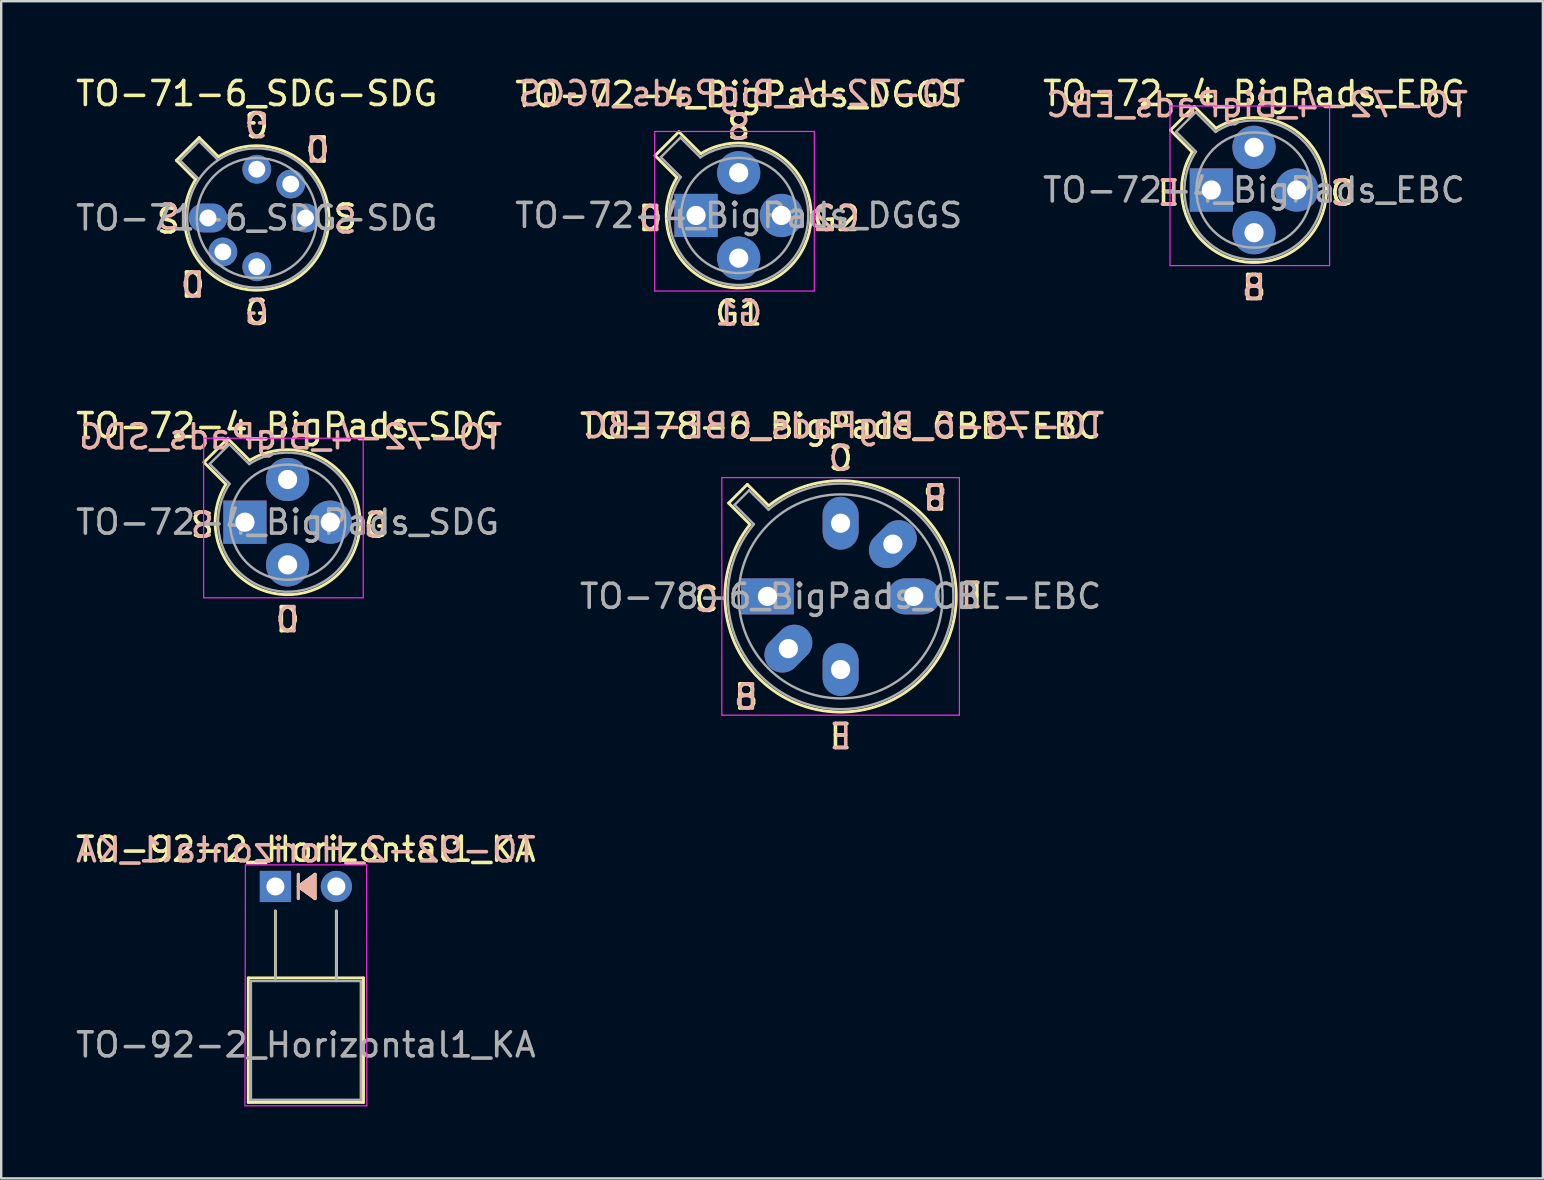
<source format=kicad_pcb>
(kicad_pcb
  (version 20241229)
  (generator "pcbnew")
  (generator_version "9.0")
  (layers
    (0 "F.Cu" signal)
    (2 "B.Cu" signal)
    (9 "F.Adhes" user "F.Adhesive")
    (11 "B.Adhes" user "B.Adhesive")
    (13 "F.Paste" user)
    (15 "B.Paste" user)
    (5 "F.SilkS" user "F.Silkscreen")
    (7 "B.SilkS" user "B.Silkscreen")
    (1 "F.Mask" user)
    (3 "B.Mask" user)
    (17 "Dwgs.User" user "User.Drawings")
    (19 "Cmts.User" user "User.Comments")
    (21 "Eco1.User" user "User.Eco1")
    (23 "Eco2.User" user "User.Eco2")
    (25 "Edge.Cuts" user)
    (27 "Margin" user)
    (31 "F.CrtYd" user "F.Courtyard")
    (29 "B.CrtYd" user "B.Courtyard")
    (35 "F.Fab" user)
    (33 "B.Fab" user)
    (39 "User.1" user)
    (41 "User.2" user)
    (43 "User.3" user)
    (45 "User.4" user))
  (footprint "TO-78-6_BigPads_CBE-EBC"
    (layer "F.Cu")
    (at 28.93 21.801)
    (property "Reference" "TO-78-6_BigPads_CBE-EBC" (at 3.048 -7.09 0) (layer "F.SilkS") (effects (font (size 1 1) (thickness 0.15))))
    (attr through_hole)
    (fp_line (start -1.618 -3.888) (end -0.727 -2.997) (stroke (width 0.12) (type solid)) (layer "F.SilkS"))
    (fp_line (start -0.84 -4.666) (end -1.618 -3.888) (stroke (width 0.12) (type solid)) (layer "F.SilkS"))
    (fp_line (start 0.051 -3.775) (end -0.84 -4.666) (stroke (width 0.12) (type solid)) (layer "F.SilkS"))
    (fp_arc (start 0.050916 -3.774902) (mid 6.456125 3.408384) (end -0.726674 -2.997371) (stroke (width 0.12) (type solid)) (layer "F.SilkS"))
    (fp_line (start -1.902 -4.95) (end -1.902 4.95) (stroke (width 0.05) (type solid)) (layer "F.CrtYd"))
    (fp_line (start -1.902 4.95) (end 7.998 4.95) (stroke (width 0.05) (type solid)) (layer "F.CrtYd"))
    (fp_line (start 7.998 -4.95) (end -1.902 -4.95) (stroke (width 0.05) (type solid)) (layer "F.CrtYd"))
    (fp_line (start 7.998 4.95) (end 7.998 -4.95) (stroke (width 0.05) (type solid)) (layer "F.CrtYd"))
    (fp_line (start -1.372 -3.812) (end -0.566 -3.005) (stroke (width 0.1) (type solid)) (layer "F.Fab"))
    (fp_line (start -0.764 -4.42) (end -1.372 -3.812) (stroke (width 0.1) (type solid)) (layer "F.Fab"))
    (fp_line (start 0.043 -3.614) (end -0.764 -4.42) (stroke (width 0.1) (type solid)) (layer "F.Fab"))
    (fp_arc (start 0.042592 -3.61352) (mid 6.371443 3.323361) (end -0.565594 -3.005319) (stroke (width 0.1) (type solid)) (layer "F.Fab"))
    (fp_circle (center 3.048 0) (end 7.298 0) (stroke (width 0.1) (type solid)) (fill no) (layer "F.Fab"))
    (fp_text user "B" (at 6.985 -4.191 180) (unlocked yes) (layer "F.SilkS") (effects (font (size 1 1) (thickness 0.15))))
    (fp_text user "C" (at 3.048 -5.842 180) (unlocked yes) (layer "F.SilkS") (effects (font (size 1 1) (thickness 0.15))))
    (fp_text user "E" (at 3.048 5.842 0) (unlocked yes) (layer "F.SilkS") (effects (font (size 1 1) (thickness 0.15))))
    (fp_text user "B" (at -0.889 4.191 0) (unlocked yes) (layer "F.SilkS") (effects (font (size 1 1) (thickness 0.15))))
    (fp_text user "C" (at -2.54 0.127 0) (unlocked yes) (layer "F.SilkS") (effects (font (size 1 1) (thickness 0.15))))
    (fp_text user "E" (at 8.509 -0.127 180) (unlocked yes) (layer "F.SilkS") (effects (font (size 1 1) (thickness 0.15))))
    (fp_text user "B" (at 6.985 -4.191 180) (unlocked yes) (layer "B.SilkS") (effects (font (size 1 1) (thickness 0.15)) (justify mirror)))
    (fp_text user "C" (at -2.54 0.127 0) (unlocked yes) (layer "B.SilkS") (effects (font (size 1 1) (thickness 0.15)) (justify mirror)))
    (fp_text user "E" (at 8.509 -0.127 180) (unlocked yes) (layer "B.SilkS") (effects (font (size 1 1) (thickness 0.15)) (justify mirror)))
    (fp_text user "C" (at 3.048 -5.842 180) (unlocked yes) (layer "B.SilkS") (effects (font (size 1 1) (thickness 0.15)) (justify mirror)))
    (fp_text user "E" (at 3.048 5.842 0) (unlocked yes) (layer "B.SilkS") (effects (font (size 1 1) (thickness 0.15)) (justify mirror)))
    (fp_text user "B" (at -0.889 4.191 0) (unlocked yes) (layer "B.SilkS") (effects (font (size 1 1) (thickness 0.15)) (justify mirror)))
    (fp_text user "${REFERENCE}" (at 3.175 -7.112 0) (layer "B.SilkS") (effects (font (size 1 1) (thickness 0.15)) (justify mirror)))
    (fp_text user "${REFERENCE}" (at 3.048 0 0) (layer "F.Fab") (effects (font (size 1 1) (thickness 0.15))))
    (pad "1" thru_hole rect (at 0 0) (size 2.2 1.5) (drill 0.8) (layers "*.Cu" "*.Mask"))
    (pad "2" thru_hole oval (at 0.871 2.177 45) (size 2.2 1.5) (drill 0.8) (layers "*.Cu" "*.Mask"))
    (pad "3" thru_hole oval (at 3.048 3.048) (size 1.5 2.2) (drill 0.8) (layers "*.Cu" "*.Mask"))
    (pad "4" thru_hole oval (at 6.096 0) (size 2.2 1.5) (drill 0.8) (layers "*.Cu" "*.Mask"))
    (pad "5" thru_hole oval (at 5.225 -2.177 45) (size 2.2 1.5) (drill 0.8) (layers "*.Cu" "*.Mask"))
    (pad "6" thru_hole oval (at 3.048 -3.048) (size 1.5 2.2) (drill 0.8) (layers "*.Cu" "*.Mask")))
  (footprint "TO-72-4_BigPads_SDG"
    (layer "F.Cu")
    (at 7.157 18.709)
    (property "Reference" "TO-72-4_BigPads_SDG" (at 1.778 -4.02 0) (layer "F.SilkS") (effects (font (size 1 1) (thickness 0.15))))
    (attr through_hole)
    (fp_line (start -1.706 -2.494) (end -0.794 -1.582) (stroke (width 0.12) (type solid)) (layer "F.SilkS"))
    (fp_line (start -0.716 -3.484) (end -1.706 -2.494) (stroke (width 0.12) (type solid)) (layer "F.SilkS"))
    (fp_line (start 0.196 -2.572) (end -0.716 -3.484) (stroke (width 0.12) (type solid)) (layer "F.SilkS"))
    (fp_arc (start 0.195669 -2.572281) (mid 3.913374 2.135551) (end -0.79415 -1.582544) (stroke (width 0.12) (type solid)) (layer "F.SilkS"))
    (fp_line (start -1.722 -3.5) (end -1.722 3.15) (stroke (width 0.05) (type solid)) (layer "F.CrtYd"))
    (fp_line (start -1.722 3.15) (end 4.928 3.15) (stroke (width 0.05) (type solid)) (layer "F.CrtYd"))
    (fp_line (start 4.928 -3.5) (end -1.722 -3.5) (stroke (width 0.05) (type solid)) (layer "F.CrtYd"))
    (fp_line (start 4.928 3.15) (end 4.928 -3.5) (stroke (width 0.05) (type solid)) (layer "F.CrtYd"))
    (fp_line (start -1.469 -2.426) (end -0.641 -1.599) (stroke (width 0.1) (type solid)) (layer "F.Fab"))
    (fp_line (start -0.648 -3.247) (end -1.469 -2.426) (stroke (width 0.1) (type solid)) (layer "F.Fab"))
    (fp_line (start 0.179 -2.419) (end -0.648 -3.247) (stroke (width 0.1) (type solid)) (layer "F.Fab"))
    (fp_arc (start 0.178943 -2.419301) (mid 3.829076 2.050143) (end -0.642029 -1.597956) (stroke (width 0.1) (type solid)) (layer "F.Fab"))
    (fp_circle (center 1.778 0) (end 4.178 0) (stroke (width 0.1) (type solid)) (fill no) (layer "F.Fab"))
    (fp_text user "G" (at 5.461 0.127 0) (unlocked yes) (layer "F.SilkS") (effects (font (size 1 1) (thickness 0.15))))
    (fp_text user "S" (at -1.778 0.127 0) (unlocked yes) (layer "F.SilkS") (effects (font (size 1 1) (thickness 0.15))))
    (fp_text user "D" (at 1.778 4.064 0) (unlocked yes) (layer "F.SilkS") (effects (font (size 1 1) (thickness 0.15))))
    (fp_text user "G" (at 5.461 0.127 0) (unlocked yes) (layer "B.SilkS") (effects (font (size 1 1) (thickness 0.15)) (justify mirror)))
    (fp_text user "D" (at 1.778 4.064 0) (unlocked yes) (layer "B.SilkS") (effects (font (size 1 1) (thickness 0.15)) (justify mirror)))
    (fp_text user "S" (at -1.778 0.127 0) (unlocked yes) (layer "B.SilkS") (effects (font (size 1 1) (thickness 0.15)) (justify mirror)))
    (fp_text user "${REFERENCE}" (at 1.905 -3.556 0) (layer "B.SilkS") (effects (font (size 1 1) (thickness 0.15)) (justify mirror)))
    (fp_text user "${REFERENCE}" (at 1.778 0 0) (layer "F.Fab") (effects (font (size 1 1) (thickness 0.15))))
    (pad "1" thru_hole rect (at 0 0) (size 1.8 1.8) (drill 0.8) (layers "*.Cu" "*.Mask"))
    (pad "2" thru_hole oval (at 1.778 1.778) (size 1.8 1.8) (drill 0.8) (layers "*.Cu" "*.Mask"))
    (pad "3" thru_hole oval (at 3.556 0) (size 1.8 1.8) (drill 0.8) (layers "*.Cu" "*.Mask"))
    (pad "4" thru_hole oval (at 1.778 -1.778) (size 1.8 1.8) (drill 0.8) (layers "*.Cu" "*.Mask")))
  (footprint "TO-72-4_BigPads_DGGS"
    (layer "F.Cu")
    (at 25.954 5.928)
    (property "Reference" "TO-72-4_BigPads_DGGS" (at 1.778 -5.036 0) (layer "F.SilkS") (effects (font (size 1 1) (thickness 0.15))))
    (attr through_hole)
    (fp_line (start -1.706 -2.494) (end -0.794 -1.582) (stroke (width 0.12) (type solid)) (layer "F.SilkS"))
    (fp_line (start -0.716 -3.484) (end -1.706 -2.494) (stroke (width 0.12) (type solid)) (layer "F.SilkS"))
    (fp_line (start 0.196 -2.572) (end -0.716 -3.484) (stroke (width 0.12) (type solid)) (layer "F.SilkS"))
    (fp_arc (start 0.195669 -2.572281) (mid 3.913374 2.135551) (end -0.79415 -1.582544) (stroke (width 0.12) (type solid)) (layer "F.SilkS"))
    (fp_line (start -1.722 -3.5) (end -1.722 3.15) (stroke (width 0.05) (type solid)) (layer "F.CrtYd"))
    (fp_line (start -1.722 3.15) (end 4.928 3.15) (stroke (width 0.05) (type solid)) (layer "F.CrtYd"))
    (fp_line (start 4.928 -3.5) (end -1.722 -3.5) (stroke (width 0.05) (type solid)) (layer "F.CrtYd"))
    (fp_line (start 4.928 3.15) (end 4.928 -3.5) (stroke (width 0.05) (type solid)) (layer "F.CrtYd"))
    (fp_line (start -1.469 -2.426) (end -0.641 -1.599) (stroke (width 0.1) (type solid)) (layer "F.Fab"))
    (fp_line (start -0.648 -3.247) (end -1.469 -2.426) (stroke (width 0.1) (type solid)) (layer "F.Fab"))
    (fp_line (start 0.179 -2.419) (end -0.648 -3.247) (stroke (width 0.1) (type solid)) (layer "F.Fab"))
    (fp_arc (start 0.178943 -2.419301) (mid 3.829076 2.050143) (end -0.642029 -1.597956) (stroke (width 0.1) (type solid)) (layer "F.Fab"))
    (fp_circle (center 1.778 0) (end 4.178 0) (stroke (width 0.1) (type solid)) (fill no) (layer "F.Fab"))
    (fp_text user "G2" (at 5.842 0.127 0) (unlocked yes) (layer "F.SilkS") (effects (font (size 1 1) (thickness 0.15))))
    (fp_text user "D" (at -1.905 0.127 0) (unlocked yes) (layer "F.SilkS") (effects (font (size 1 1) (thickness 0.15))))
    (fp_text user "S" (at 1.778 -3.683 0) (unlocked yes) (layer "F.SilkS") (effects (font (size 1 1) (thickness 0.15))))
    (fp_text user "G1" (at 1.778 4.064 0) (unlocked yes) (layer "F.SilkS") (effects (font (size 1 1) (thickness 0.15))))
    (fp_text user "G2" (at 5.842 0.127 0) (unlocked yes) (layer "B.SilkS") (effects (font (size 1 1) (thickness 0.15)) (justify mirror)))
    (fp_text user "${REFERENCE}" (at 1.905 -5.08 0) (layer "B.SilkS") (effects (font (size 1 1) (thickness 0.15)) (justify mirror)))
    (fp_text user "G1" (at 1.778 4.064 0) (unlocked yes) (layer "B.SilkS") (effects (font (size 1 1) (thickness 0.15)) (justify mirror)))
    (fp_text user "D" (at -1.905 0.127 0) (unlocked yes) (layer "B.SilkS") (effects (font (size 1 1) (thickness 0.15)) (justify mirror)))
    (fp_text user "S" (at 1.778 -3.683 0) (unlocked yes) (layer "B.SilkS") (effects (font (size 1 1) (thickness 0.15)) (justify mirror)))
    (fp_text user "${REFERENCE}" (at 1.778 0 0) (layer "F.Fab") (effects (font (size 1 1) (thickness 0.15))))
    (pad "1" thru_hole rect (at 0 0) (size 1.8 1.8) (drill 0.8) (layers "*.Cu" "*.Mask"))
    (pad "2" thru_hole oval (at 1.778 1.778) (size 1.8 1.8) (drill 0.8) (layers "*.Cu" "*.Mask"))
    (pad "3" thru_hole oval (at 3.556 0) (size 1.8 1.8) (drill 0.8) (layers "*.Cu" "*.Mask"))
    (pad "4" thru_hole oval (at 1.778 -1.778) (size 1.8 1.8) (drill 0.8) (layers "*.Cu" "*.Mask")))
  (footprint "TO-72-4_BigPads_EBC"
    (layer "F.Cu")
    (at 47.426 4.868)
    (property "Reference" "TO-72-4_BigPads_EBC" (at 1.778 -4.02 0) (layer "F.SilkS") (effects (font (size 1 1) (thickness 0.15))))
    (attr through_hole)
    (fp_line (start -1.706 -2.494) (end -0.794 -1.582) (stroke (width 0.12) (type solid)) (layer "F.SilkS"))
    (fp_line (start -0.716 -3.484) (end -1.706 -2.494) (stroke (width 0.12) (type solid)) (layer "F.SilkS"))
    (fp_line (start 0.196 -2.572) (end -0.716 -3.484) (stroke (width 0.12) (type solid)) (layer "F.SilkS"))
    (fp_arc (start 0.195669 -2.572281) (mid 3.913374 2.135551) (end -0.79415 -1.582544) (stroke (width 0.12) (type solid)) (layer "F.SilkS"))
    (fp_line (start -1.722 -3.5) (end -1.722 3.15) (stroke (width 0.05) (type solid)) (layer "F.CrtYd"))
    (fp_line (start -1.722 3.15) (end 4.928 3.15) (stroke (width 0.05) (type solid)) (layer "F.CrtYd"))
    (fp_line (start 4.928 -3.5) (end -1.722 -3.5) (stroke (width 0.05) (type solid)) (layer "F.CrtYd"))
    (fp_line (start 4.928 3.15) (end 4.928 -3.5) (stroke (width 0.05) (type solid)) (layer "F.CrtYd"))
    (fp_line (start -1.469 -2.426) (end -0.641 -1.599) (stroke (width 0.1) (type solid)) (layer "F.Fab"))
    (fp_line (start -0.648 -3.247) (end -1.469 -2.426) (stroke (width 0.1) (type solid)) (layer "F.Fab"))
    (fp_line (start 0.179 -2.419) (end -0.648 -3.247) (stroke (width 0.1) (type solid)) (layer "F.Fab"))
    (fp_arc (start 0.178943 -2.419301) (mid 3.829076 2.050143) (end -0.642029 -1.597956) (stroke (width 0.1) (type solid)) (layer "F.Fab"))
    (fp_circle (center 1.778 0) (end 4.178 0) (stroke (width 0.1) (type solid)) (fill no) (layer "F.Fab"))
    (fp_text user "C" (at 5.461 0.127 0) (unlocked yes) (layer "F.SilkS") (effects (font (size 1 1) (thickness 0.15))))
    (fp_text user "B" (at 1.778 4.064 0) (unlocked yes) (layer "F.SilkS") (effects (font (size 1 1) (thickness 0.15))))
    (fp_text user "E" (at -1.778 0.127 0) (unlocked yes) (layer "F.SilkS") (effects (font (size 1 1) (thickness 0.15))))
    (fp_text user "E" (at -1.778 0.127 0) (unlocked yes) (layer "B.SilkS") (effects (font (size 1 1) (thickness 0.15)) (justify mirror)))
    (fp_text user "C" (at 5.461 0.127 0) (unlocked yes) (layer "B.SilkS") (effects (font (size 1 1) (thickness 0.15)) (justify mirror)))
    (fp_text user "B" (at 1.778 4.064 0) (unlocked yes) (layer "B.SilkS") (effects (font (size 1 1) (thickness 0.15)) (justify mirror)))
    (fp_text user "${REFERENCE}" (at 1.905 -3.556 0) (layer "B.SilkS") (effects (font (size 1 1) (thickness 0.15)) (justify mirror)))
    (fp_text user "${REFERENCE}" (at 1.778 0 0) (layer "F.Fab") (effects (font (size 1 1) (thickness 0.15))))
    (pad "1" thru_hole rect (at 0 0) (size 1.8 1.8) (drill 0.8) (layers "*.Cu" "*.Mask"))
    (pad "2" thru_hole oval (at 1.778 1.778) (size 1.8 1.8) (drill 0.8) (layers "*.Cu" "*.Mask"))
    (pad "3" thru_hole oval (at 3.556 0) (size 1.8 1.8) (drill 0.8) (layers "*.Cu" "*.Mask"))
    (pad "4" thru_hole oval (at 1.778 -1.778) (size 1.8 1.8) (drill 0.8) (layers "*.Cu" "*.Mask")))
  (footprint "TO-71-6_SDG-SDG"
    (layer "F.Cu")
    (at 5.618 6.033)
    (property "Reference" "TO-71-6_SDG-SDG" (at 2.031 -5.185 0) (layer "F.SilkS") (effects (font (size 1 1) (thickness 0.15))))
    (attr through_hole)
    (fp_line (start -1.318 -2.4) (end -0.518 -1.6) (stroke (width 0.12) (type default)) (layer "F.SilkS"))
    (fp_line (start -0.368 -3.35) (end -1.318 -2.4) (stroke (width 0.12) (type default)) (layer "F.SilkS"))
    (fp_line (start 0.432 -2.55) (end -0.368 -3.35) (stroke (width 0.12) (type default)) (layer "F.SilkS"))
    (fp_arc (start 0.432 -2.549999) (mid 4.160673 2.128673) (end -0.517999 -1.6) (stroke (width 0.12) (type default)) (layer "F.SilkS"))
    (fp_line (start -1.168 -2.4) (end -0.393 -1.625) (stroke (width 0.1) (type default)) (layer "F.Fab"))
    (fp_line (start -1.168 -2.4) (end -0.368 -3.2) (stroke (width 0.1) (type default)) (layer "F.Fab"))
    (fp_line (start -0.368 -3.2) (end 0.407 -2.425) (stroke (width 0.1) (type default)) (layer "F.Fab"))
    (fp_circle (center 2.032 0) (end 4.532 0) (stroke (width 0.1) (type default)) (fill no) (layer "F.Fab"))
    (fp_circle (center 2.032 0) (end 4.932 0) (stroke (width 0.1) (type default)) (fill no) (layer "F.Fab"))
    (fp_text user "G" (at 2.032 -3.937 180) (unlocked yes) (layer "F.SilkS") (effects (font (size 1 1) (thickness 0.15))))
    (fp_text user "G" (at 2.032 3.937 0) (unlocked yes) (layer "F.SilkS") (effects (font (size 1 1) (thickness 0.15))))
    (fp_text user "D" (at 4.572 -2.921 180) (unlocked yes) (layer "F.SilkS") (effects (font (size 1 1) (thickness 0.15))))
    (fp_text user "S" (at -1.651 0.127 0) (unlocked yes) (layer "F.SilkS") (effects (font (size 1 1) (thickness 0.15))))
    (fp_text user "D" (at -0.635 2.794 0) (unlocked yes) (layer "F.SilkS") (effects (font (size 1 1) (thickness 0.15))))
    (fp_text user "S" (at 5.715 -0.127 180) (unlocked yes) (layer "F.SilkS") (effects (font (size 1 1) (thickness 0.15))))
    (fp_text user "G" (at 2.032 3.937 0) (unlocked yes) (layer "B.SilkS") (effects (font (size 1 1) (thickness 0.15)) (justify mirror)))
    (fp_text user "D" (at 4.572 -2.921 180) (unlocked yes) (layer "B.SilkS") (effects (font (size 1 1) (thickness 0.15)) (justify mirror)))
    (fp_text user "S" (at -1.651 -0.127 180) (unlocked yes) (layer "B.SilkS") (effects (font (size 1 1) (thickness 0.15)) (justify mirror)))
    (fp_text user "S" (at 5.715 0.127 0) (unlocked yes) (layer "B.SilkS") (effects (font (size 1 1) (thickness 0.15)) (justify mirror)))
    (fp_text user "D" (at -0.635 2.794 0) (unlocked yes) (layer "B.SilkS") (effects (font (size 1 1) (thickness 0.15)) (justify mirror)))
    (fp_text user "G" (at 2.032 -3.937 180) (unlocked yes) (layer "B.SilkS") (effects (font (size 1 1) (thickness 0.15)) (justify mirror)))
    (fp_text user "${REFERENCE}" (at 2.031 0 0) (layer "F.Fab") (effects (font (size 1 1) (thickness 0.15))))
    (pad "1" thru_hole oval (at 0 0) (size 1.6 1.2) (drill 0.7) (layers "*.Cu" "*.Mask"))
    (pad "2" thru_hole oval (at 0.617 1.415) (size 1.2 1.2) (drill 0.7) (layers "*.Cu" "*.Mask"))
    (pad "3" thru_hole oval (at 2.032 2.032) (size 1.2 1.2) (drill 0.7) (layers "*.Cu" "*.Mask"))
    (pad "4" thru_hole oval (at 4.064 0) (size 1.2 1.2) (drill 0.7) (layers "*.Cu" "*.Mask"))
    (pad "5" thru_hole oval (at 3.447 -1.415) (size 1.2 1.2) (drill 0.7) (layers "*.Cu" "*.Mask"))
    (pad "6" thru_hole oval (at 2.032 -2.032) (size 1.2 1.2) (drill 0.7) (layers "*.Cu" "*.Mask")))
  (footprint "TO-92-2_Horizontal1_KA"
    (layer "F.Cu")
    (at 8.426 33.889)
    (property "Reference" "TO-92-2_Horizontal1_KA" (at 1.27 -1.55 0) (layer "F.SilkS") (effects (font (size 1 1) (thickness 0.15))))
    (fp_line (start -1.13 3.81) (end 3.67 3.81) (stroke (width 0.12) (type solid)) (layer "F.SilkS"))
    (fp_line (start -1.13 9) (end -1.13 3.81) (stroke (width 0.12) (type solid)) (layer "F.SilkS"))
    (fp_line (start 0 1.02) (end 0 3.81) (stroke (width 0.12) (type solid)) (layer "F.SilkS"))
    (fp_line (start 0.953 -0.508) (end 0.953 0.508) (stroke (width 0.12) (type solid)) (layer "F.SilkS"))
    (fp_line (start 0.953 0) (end 1.651 -0.508) (stroke (width 0.12) (type solid)) (layer "F.SilkS"))
    (fp_line (start 1.651 -0.508) (end 1.651 0.508) (stroke (width 0.12) (type solid)) (layer "F.SilkS"))
    (fp_line (start 1.651 0.508) (end 0.953 0) (stroke (width 0.12) (type solid)) (layer "F.SilkS"))
    (fp_line (start 2.54 1.02) (end 2.54 3.81) (stroke (width 0.12) (type solid)) (layer "F.SilkS"))
    (fp_line (start 3.67 3.81) (end 3.67 9) (stroke (width 0.12) (type solid)) (layer "F.SilkS"))
    (fp_line (start 3.67 9) (end -1.13 9) (stroke (width 0.12) (type solid)) (layer "F.SilkS"))
    (fp_poly (pts (xy 1.651 0.508) (xy 0.953 0) (xy 1.651 -0.508)) (stroke (width 0.1) (type solid)) (fill yes) (layer "F.SilkS"))
    (fp_line (start 0.953 0) (end 1.651 0.508) (stroke (width 0.12) (type solid)) (layer "B.SilkS"))
    (fp_line (start 0.953 0.508) (end 0.953 -0.508) (stroke (width 0.12) (type solid)) (layer "B.SilkS"))
    (fp_line (start 1.651 -0.508) (end 0.953 0) (stroke (width 0.12) (type solid)) (layer "B.SilkS"))
    (fp_line (start 1.651 0.508) (end 1.651 -0.508) (stroke (width 0.12) (type solid)) (layer "B.SilkS"))
    (fp_poly (pts (xy 1.651 -0.508) (xy 0.953 0) (xy 1.651 0.508)) (stroke (width 0.1) (type solid)) (fill yes) (layer "B.SilkS"))
    (fp_line (start -1.25 -0.9) (end -1.27 9.14) (stroke (width 0.05) (type solid)) (layer "F.CrtYd"))
    (fp_line (start -1.25 -0.9) (end 3.8 -0.9) (stroke (width 0.05) (type solid)) (layer "F.CrtYd"))
    (fp_line (start 3.81 9.14) (end -1.27 9.14) (stroke (width 0.05) (type solid)) (layer "F.CrtYd"))
    (fp_line (start 3.81 9.14) (end 3.8 -0.9) (stroke (width 0.05) (type solid)) (layer "F.CrtYd"))
    (fp_line (start -1.02 3.94) (end 3.56 3.94) (stroke (width 0.1) (type solid)) (layer "F.Fab"))
    (fp_line (start -1.02 8.89) (end -1.02 3.94) (stroke (width 0.1) (type solid)) (layer "F.Fab"))
    (fp_line (start 0 3.94) (end 0 1.02) (stroke (width 0.1) (type solid)) (layer "F.Fab"))
    (fp_line (start 2.54 3.94) (end 2.54 1.02) (stroke (width 0.1) (type solid)) (layer "F.Fab"))
    (fp_line (start 3.56 3.94) (end 3.56 8.89) (stroke (width 0.1) (type solid)) (layer "F.Fab"))
    (fp_line (start 3.56 8.89) (end -1.02 8.89) (stroke (width 0.1) (type solid)) (layer "F.Fab"))
    (fp_text user "${REFERENCE}" (at 1.27 -1.524 0) (layer "B.SilkS") (effects (font (size 1 1) (thickness 0.15)) (justify mirror)))
    (fp_text user "${REFERENCE}" (at 1.27 6.6 0) (layer "F.Fab") (effects (font (size 1 1) (thickness 0.15))))
    (pad "1" thru_hole rect (at 0 0 90) (size 1.3 1.3) (drill 0.75) (layers "*.Cu" "*.Mask"))
    (pad "2" thru_hole circle (at 2.54 0 90) (size 1.3 1.3) (drill 0.75) (layers "*.Cu" "*.Mask")))
  (gr_rect
    (start -3 -3)
    (end 61.242 46.054)
    (stroke (width 0.1) (type default))
    (fill no)
    (layer "Edge.Cuts")))
</source>
